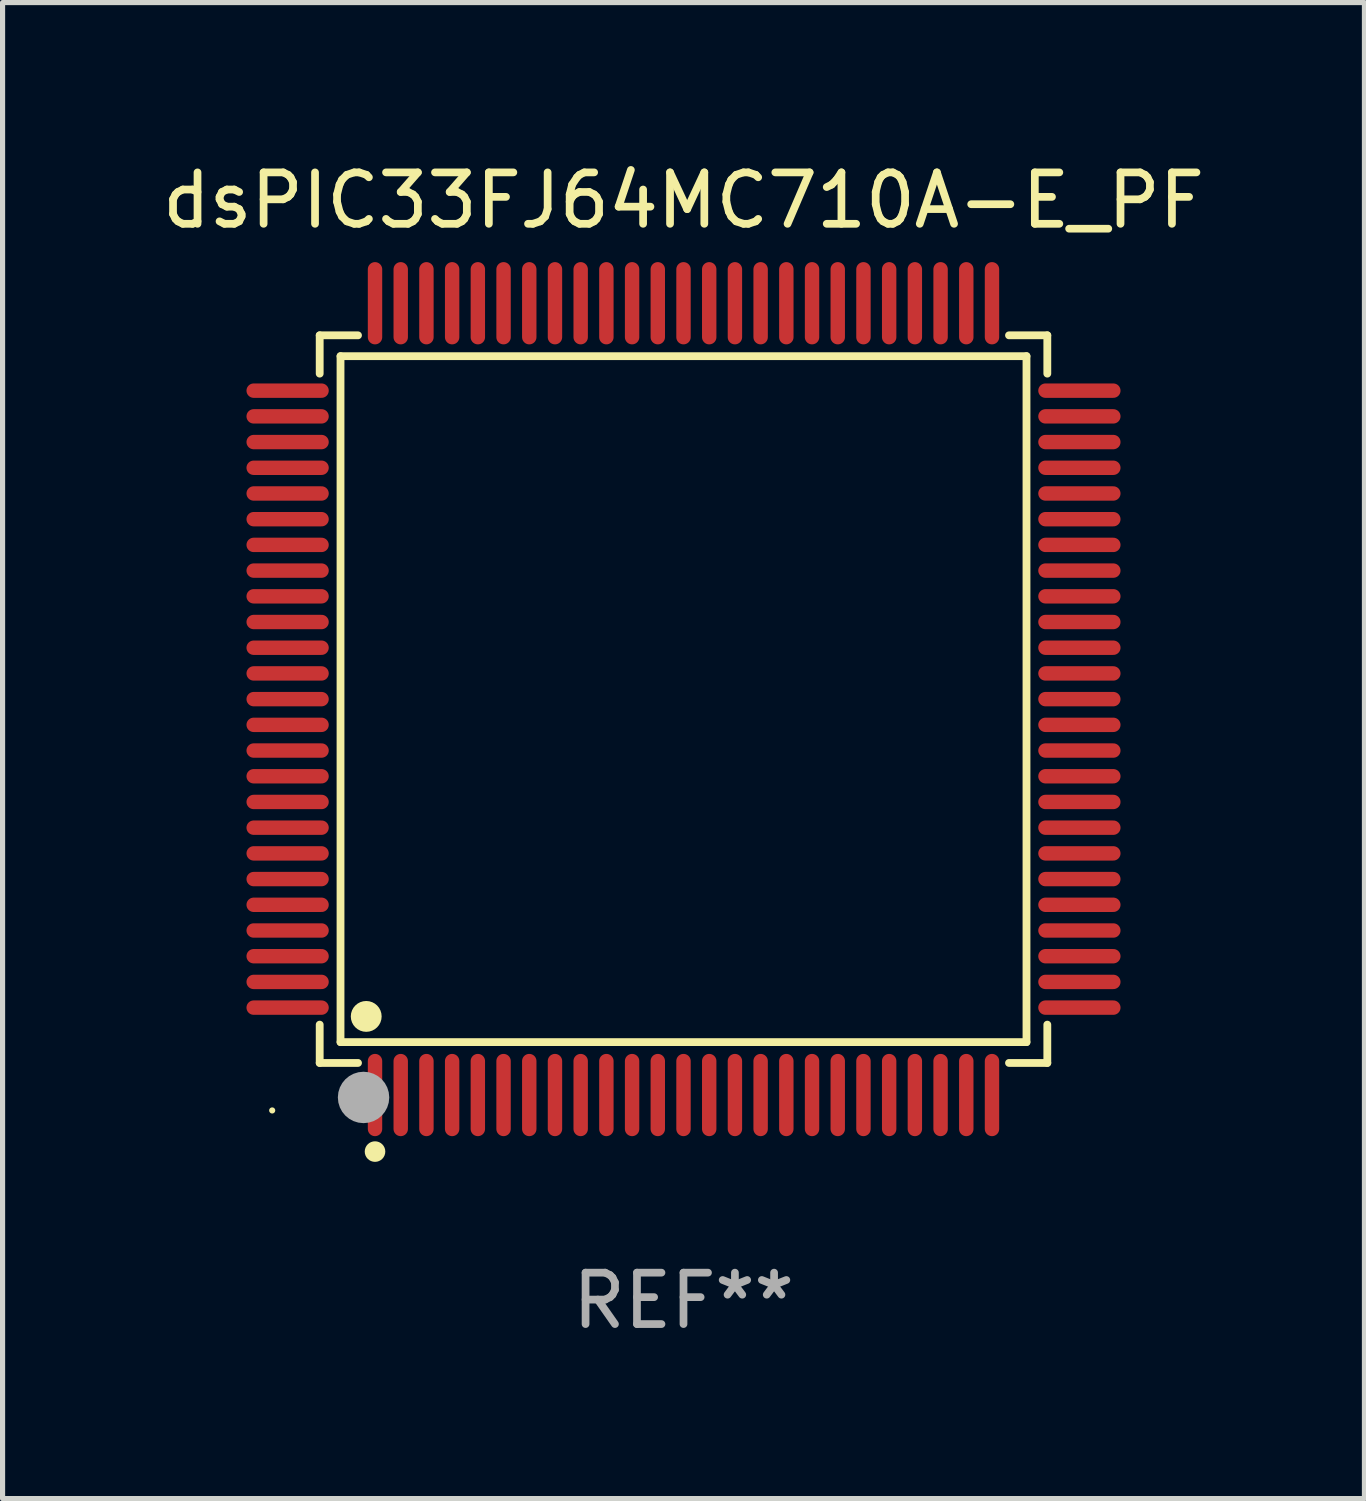
<source format=kicad_pcb>
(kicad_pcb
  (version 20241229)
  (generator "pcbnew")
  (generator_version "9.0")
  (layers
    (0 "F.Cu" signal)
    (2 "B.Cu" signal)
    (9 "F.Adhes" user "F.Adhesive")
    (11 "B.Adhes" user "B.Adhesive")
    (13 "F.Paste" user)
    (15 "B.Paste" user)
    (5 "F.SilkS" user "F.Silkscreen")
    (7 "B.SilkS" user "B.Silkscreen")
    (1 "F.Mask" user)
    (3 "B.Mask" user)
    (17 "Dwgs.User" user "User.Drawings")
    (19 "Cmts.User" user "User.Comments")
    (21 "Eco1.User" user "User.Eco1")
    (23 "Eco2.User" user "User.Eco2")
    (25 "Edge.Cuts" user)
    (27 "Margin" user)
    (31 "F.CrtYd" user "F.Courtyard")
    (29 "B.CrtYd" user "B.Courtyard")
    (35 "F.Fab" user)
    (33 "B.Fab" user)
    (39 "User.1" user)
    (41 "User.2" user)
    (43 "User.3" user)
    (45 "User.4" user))
  (footprint "dsPIC33FJ64MC710A-E_PF"
    (layer "F.Cu")
    (at 10.244 10.548)
    (property "Reference" "dsPIC33FJ64MC710A-E_PF" (at 0 -9.7 0) (layer "F.SilkS") (effects (font (size 1 1) (thickness 0.15))))
    (attr through_hole)
    (fp_line (start -7.076 -7.076) (end -6.331 -7.076) (stroke (width 0.152) (type solid)) (layer "F.SilkS"))
    (fp_line (start -7.076 -6.331) (end -7.076 -7.076) (stroke (width 0.152) (type solid)) (layer "F.SilkS"))
    (fp_line (start -7.076 6.331) (end -7.076 7.076) (stroke (width 0.152) (type solid)) (layer "F.SilkS"))
    (fp_line (start -7.076 7.076) (end -6.331 7.076) (stroke (width 0.152) (type solid)) (layer "F.SilkS"))
    (fp_line (start -6.671 -6.671) (end 6.671 -6.671) (stroke (width 0.152) (type solid)) (layer "F.SilkS"))
    (fp_line (start -6.671 6.671) (end -6.671 -6.671) (stroke (width 0.152) (type solid)) (layer "F.SilkS"))
    (fp_line (start 6.671 -6.671) (end 6.671 6.671) (stroke (width 0.152) (type solid)) (layer "F.SilkS"))
    (fp_line (start 6.671 6.671) (end -6.671 6.671) (stroke (width 0.152) (type solid)) (layer "F.SilkS"))
    (fp_line (start 7.076 -7.076) (end 6.331 -7.076) (stroke (width 0.152) (type solid)) (layer "F.SilkS"))
    (fp_line (start 7.076 -6.331) (end 7.076 -7.076) (stroke (width 0.152) (type solid)) (layer "F.SilkS"))
    (fp_line (start 7.076 6.331) (end 7.076 7.076) (stroke (width 0.152) (type solid)) (layer "F.SilkS"))
    (fp_line (start 7.076 7.076) (end 6.331 7.076) (stroke (width 0.152) (type solid)) (layer "F.SilkS"))
    (fp_circle (center -8 8) (end -7.97 8) (stroke (width 0.06) (type solid)) (fill no) (layer "F.SilkS"))
    (fp_circle (center -6.171 6.171) (end -6.021 6.171) (stroke (width 0.3) (type solid)) (fill no) (layer "F.SilkS"))
    (fp_circle (center -6 8.8) (end -5.9 8.8) (stroke (width 0.2) (type solid)) (fill no) (layer "F.SilkS"))
    (fp_circle (center -6.223 7.747) (end -5.973 7.747) (stroke (width 0.5) (type solid)) (fill no) (layer "F.Fab"))
    (fp_text user "REF**" (at 0 11.7 0) (layer "F.Fab") (effects (font (size 1 1) (thickness 0.15))))
    (pad "1" smd oval (at -6 7.7) (size 0.28 1.6) (layers "F.Cu" "F.Mask" "F.Paste"))
    (pad "2" smd oval (at -5.5 7.7) (size 0.28 1.6) (layers "F.Cu" "F.Mask" "F.Paste"))
    (pad "3" smd oval (at -5 7.7) (size 0.28 1.6) (layers "F.Cu" "F.Mask" "F.Paste"))
    (pad "4" smd oval (at -4.5 7.7) (size 0.28 1.6) (layers "F.Cu" "F.Mask" "F.Paste"))
    (pad "5" smd oval (at -4 7.7) (size 0.28 1.6) (layers "F.Cu" "F.Mask" "F.Paste"))
    (pad "6" smd oval (at -3.5 7.7) (size 0.28 1.6) (layers "F.Cu" "F.Mask" "F.Paste"))
    (pad "7" smd oval (at -3 7.7) (size 0.28 1.6) (layers "F.Cu" "F.Mask" "F.Paste"))
    (pad "8" smd oval (at -2.5 7.7) (size 0.28 1.6) (layers "F.Cu" "F.Mask" "F.Paste"))
    (pad "9" smd oval (at -2 7.7) (size 0.28 1.6) (layers "F.Cu" "F.Mask" "F.Paste"))
    (pad "10" smd oval (at -1.5 7.7) (size 0.28 1.6) (layers "F.Cu" "F.Mask" "F.Paste"))
    (pad "11" smd oval (at -1 7.7) (size 0.28 1.6) (layers "F.Cu" "F.Mask" "F.Paste"))
    (pad "12" smd oval (at -0.5 7.7) (size 0.28 1.6) (layers "F.Cu" "F.Mask" "F.Paste"))
    (pad "13" smd oval (at 0 7.7) (size 0.28 1.6) (layers "F.Cu" "F.Mask" "F.Paste"))
    (pad "14" smd oval (at 0.5 7.7) (size 0.28 1.6) (layers "F.Cu" "F.Mask" "F.Paste"))
    (pad "15" smd oval (at 1 7.7) (size 0.28 1.6) (layers "F.Cu" "F.Mask" "F.Paste"))
    (pad "16" smd oval (at 1.5 7.7) (size 0.28 1.6) (layers "F.Cu" "F.Mask" "F.Paste"))
    (pad "17" smd oval (at 2 7.7) (size 0.28 1.6) (layers "F.Cu" "F.Mask" "F.Paste"))
    (pad "18" smd oval (at 2.5 7.7) (size 0.28 1.6) (layers "F.Cu" "F.Mask" "F.Paste"))
    (pad "19" smd oval (at 3 7.7) (size 0.28 1.6) (layers "F.Cu" "F.Mask" "F.Paste"))
    (pad "20" smd oval (at 3.5 7.7) (size 0.28 1.6) (layers "F.Cu" "F.Mask" "F.Paste"))
    (pad "21" smd oval (at 4 7.7) (size 0.28 1.6) (layers "F.Cu" "F.Mask" "F.Paste"))
    (pad "22" smd oval (at 4.5 7.7) (size 0.28 1.6) (layers "F.Cu" "F.Mask" "F.Paste"))
    (pad "23" smd oval (at 5 7.7) (size 0.28 1.6) (layers "F.Cu" "F.Mask" "F.Paste"))
    (pad "24" smd oval (at 5.5 7.7) (size 0.28 1.6) (layers "F.Cu" "F.Mask" "F.Paste"))
    (pad "25" smd oval (at 6 7.7) (size 0.28 1.6) (layers "F.Cu" "F.Mask" "F.Paste"))
    (pad "26" smd oval (at 7.7 6) (size 1.6 0.28) (layers "F.Cu" "F.Mask" "F.Paste"))
    (pad "27" smd oval (at 7.7 5.5) (size 1.6 0.28) (layers "F.Cu" "F.Mask" "F.Paste"))
    (pad "28" smd oval (at 7.7 5) (size 1.6 0.28) (layers "F.Cu" "F.Mask" "F.Paste"))
    (pad "29" smd oval (at 7.7 4.5) (size 1.6 0.28) (layers "F.Cu" "F.Mask" "F.Paste"))
    (pad "30" smd oval (at 7.7 4) (size 1.6 0.28) (layers "F.Cu" "F.Mask" "F.Paste"))
    (pad "31" smd oval (at 7.7 3.5) (size 1.6 0.28) (layers "F.Cu" "F.Mask" "F.Paste"))
    (pad "32" smd oval (at 7.7 3) (size 1.6 0.28) (layers "F.Cu" "F.Mask" "F.Paste"))
    (pad "33" smd oval (at 7.7 2.5) (size 1.6 0.28) (layers "F.Cu" "F.Mask" "F.Paste"))
    (pad "34" smd oval (at 7.7 2) (size 1.6 0.28) (layers "F.Cu" "F.Mask" "F.Paste"))
    (pad "35" smd oval (at 7.7 1.5) (size 1.6 0.28) (layers "F.Cu" "F.Mask" "F.Paste"))
    (pad "36" smd oval (at 7.7 1) (size 1.6 0.28) (layers "F.Cu" "F.Mask" "F.Paste"))
    (pad "37" smd oval (at 7.7 0.5) (size 1.6 0.28) (layers "F.Cu" "F.Mask" "F.Paste"))
    (pad "38" smd oval (at 7.7 0) (size 1.6 0.28) (layers "F.Cu" "F.Mask" "F.Paste"))
    (pad "39" smd oval (at 7.7 -0.5) (size 1.6 0.28) (layers "F.Cu" "F.Mask" "F.Paste"))
    (pad "40" smd oval (at 7.7 -1) (size 1.6 0.28) (layers "F.Cu" "F.Mask" "F.Paste"))
    (pad "41" smd oval (at 7.7 -1.5) (size 1.6 0.28) (layers "F.Cu" "F.Mask" "F.Paste"))
    (pad "42" smd oval (at 7.7 -2) (size 1.6 0.28) (layers "F.Cu" "F.Mask" "F.Paste"))
    (pad "43" smd oval (at 7.7 -2.5) (size 1.6 0.28) (layers "F.Cu" "F.Mask" "F.Paste"))
    (pad "44" smd oval (at 7.7 -3) (size 1.6 0.28) (layers "F.Cu" "F.Mask" "F.Paste"))
    (pad "45" smd oval (at 7.7 -3.5) (size 1.6 0.28) (layers "F.Cu" "F.Mask" "F.Paste"))
    (pad "46" smd oval (at 7.7 -4) (size 1.6 0.28) (layers "F.Cu" "F.Mask" "F.Paste"))
    (pad "47" smd oval (at 7.7 -4.5) (size 1.6 0.28) (layers "F.Cu" "F.Mask" "F.Paste"))
    (pad "48" smd oval (at 7.7 -5) (size 1.6 0.28) (layers "F.Cu" "F.Mask" "F.Paste"))
    (pad "49" smd oval (at 7.7 -5.5) (size 1.6 0.28) (layers "F.Cu" "F.Mask" "F.Paste"))
    (pad "50" smd oval (at 7.7 -6) (size 1.6 0.28) (layers "F.Cu" "F.Mask" "F.Paste"))
    (pad "51" smd oval (at 6 -7.7) (size 0.28 1.6) (layers "F.Cu" "F.Mask" "F.Paste"))
    (pad "52" smd oval (at 5.5 -7.7) (size 0.28 1.6) (layers "F.Cu" "F.Mask" "F.Paste"))
    (pad "53" smd oval (at 5 -7.7) (size 0.28 1.6) (layers "F.Cu" "F.Mask" "F.Paste"))
    (pad "54" smd oval (at 4.5 -7.7) (size 0.28 1.6) (layers "F.Cu" "F.Mask" "F.Paste"))
    (pad "55" smd oval (at 4 -7.7) (size 0.28 1.6) (layers "F.Cu" "F.Mask" "F.Paste"))
    (pad "56" smd oval (at 3.5 -7.7) (size 0.28 1.6) (layers "F.Cu" "F.Mask" "F.Paste"))
    (pad "57" smd oval (at 3 -7.7) (size 0.28 1.6) (layers "F.Cu" "F.Mask" "F.Paste"))
    (pad "58" smd oval (at 2.5 -7.7) (size 0.28 1.6) (layers "F.Cu" "F.Mask" "F.Paste"))
    (pad "59" smd oval (at 2 -7.7) (size 0.28 1.6) (layers "F.Cu" "F.Mask" "F.Paste"))
    (pad "60" smd oval (at 1.5 -7.7) (size 0.28 1.6) (layers "F.Cu" "F.Mask" "F.Paste"))
    (pad "61" smd oval (at 1 -7.7) (size 0.28 1.6) (layers "F.Cu" "F.Mask" "F.Paste"))
    (pad "62" smd oval (at 0.5 -7.7) (size 0.28 1.6) (layers "F.Cu" "F.Mask" "F.Paste"))
    (pad "63" smd oval (at 0 -7.7) (size 0.28 1.6) (layers "F.Cu" "F.Mask" "F.Paste"))
    (pad "64" smd oval (at -0.5 -7.7) (size 0.28 1.6) (layers "F.Cu" "F.Mask" "F.Paste"))
    (pad "65" smd oval (at -1 -7.7) (size 0.28 1.6) (layers "F.Cu" "F.Mask" "F.Paste"))
    (pad "66" smd oval (at -1.5 -7.7) (size 0.28 1.6) (layers "F.Cu" "F.Mask" "F.Paste"))
    (pad "67" smd oval (at -2 -7.7) (size 0.28 1.6) (layers "F.Cu" "F.Mask" "F.Paste"))
    (pad "68" smd oval (at -2.5 -7.7) (size 0.28 1.6) (layers "F.Cu" "F.Mask" "F.Paste"))
    (pad "69" smd oval (at -3 -7.7) (size 0.28 1.6) (layers "F.Cu" "F.Mask" "F.Paste"))
    (pad "70" smd oval (at -3.5 -7.7) (size 0.28 1.6) (layers "F.Cu" "F.Mask" "F.Paste"))
    (pad "71" smd oval (at -4 -7.7) (size 0.28 1.6) (layers "F.Cu" "F.Mask" "F.Paste"))
    (pad "72" smd oval (at -4.5 -7.7) (size 0.28 1.6) (layers "F.Cu" "F.Mask" "F.Paste"))
    (pad "73" smd oval (at -5 -7.7) (size 0.28 1.6) (layers "F.Cu" "F.Mask" "F.Paste"))
    (pad "74" smd oval (at -5.5 -7.7) (size 0.28 1.6) (layers "F.Cu" "F.Mask" "F.Paste"))
    (pad "75" smd oval (at -6 -7.7) (size 0.28 1.6) (layers "F.Cu" "F.Mask" "F.Paste"))
    (pad "76" smd oval (at -7.7 -6) (size 1.6 0.28) (layers "F.Cu" "F.Mask" "F.Paste"))
    (pad "77" smd oval (at -7.7 -5.5) (size 1.6 0.28) (layers "F.Cu" "F.Mask" "F.Paste"))
    (pad "78" smd oval (at -7.7 -5) (size 1.6 0.28) (layers "F.Cu" "F.Mask" "F.Paste"))
    (pad "79" smd oval (at -7.7 -4.5) (size 1.6 0.28) (layers "F.Cu" "F.Mask" "F.Paste"))
    (pad "80" smd oval (at -7.7 -4) (size 1.6 0.28) (layers "F.Cu" "F.Mask" "F.Paste"))
    (pad "81" smd oval (at -7.7 -3.5) (size 1.6 0.28) (layers "F.Cu" "F.Mask" "F.Paste"))
    (pad "82" smd oval (at -7.7 -3) (size 1.6 0.28) (layers "F.Cu" "F.Mask" "F.Paste"))
    (pad "83" smd oval (at -7.7 -2.5) (size 1.6 0.28) (layers "F.Cu" "F.Mask" "F.Paste"))
    (pad "84" smd oval (at -7.7 -2) (size 1.6 0.28) (layers "F.Cu" "F.Mask" "F.Paste"))
    (pad "85" smd oval (at -7.7 -1.5) (size 1.6 0.28) (layers "F.Cu" "F.Mask" "F.Paste"))
    (pad "86" smd oval (at -7.7 -1) (size 1.6 0.28) (layers "F.Cu" "F.Mask" "F.Paste"))
    (pad "87" smd oval (at -7.7 -0.5) (size 1.6 0.28) (layers "F.Cu" "F.Mask" "F.Paste"))
    (pad "88" smd oval (at -7.7 0) (size 1.6 0.28) (layers "F.Cu" "F.Mask" "F.Paste"))
    (pad "89" smd oval (at -7.7 0.5) (size 1.6 0.28) (layers "F.Cu" "F.Mask" "F.Paste"))
    (pad "90" smd oval (at -7.7 1) (size 1.6 0.28) (layers "F.Cu" "F.Mask" "F.Paste"))
    (pad "91" smd oval (at -7.7 1.5) (size 1.6 0.28) (layers "F.Cu" "F.Mask" "F.Paste"))
    (pad "92" smd oval (at -7.7 2) (size 1.6 0.28) (layers "F.Cu" "F.Mask" "F.Paste"))
    (pad "93" smd oval (at -7.7 2.5) (size 1.6 0.28) (layers "F.Cu" "F.Mask" "F.Paste"))
    (pad "94" smd oval (at -7.7 3) (size 1.6 0.28) (layers "F.Cu" "F.Mask" "F.Paste"))
    (pad "95" smd oval (at -7.7 3.5) (size 1.6 0.28) (layers "F.Cu" "F.Mask" "F.Paste"))
    (pad "96" smd oval (at -7.7 4) (size 1.6 0.28) (layers "F.Cu" "F.Mask" "F.Paste"))
    (pad "97" smd oval (at -7.7 4.5) (size 1.6 0.28) (layers "F.Cu" "F.Mask" "F.Paste"))
    (pad "98" smd oval (at -7.7 5) (size 1.6 0.28) (layers "F.Cu" "F.Mask" "F.Paste"))
    (pad "99" smd oval (at -7.7 5.5) (size 1.6 0.28) (layers "F.Cu" "F.Mask" "F.Paste"))
    (pad "100" smd oval (at -7.7 6) (size 1.6 0.28) (layers "F.Cu" "F.Mask" "F.Paste")))
  (gr_rect
    (start -3 -3)
    (end 23.488 26.097)
    (stroke (width 0.1) (type default))
    (fill no)
    (layer "Edge.Cuts")))
</source>
